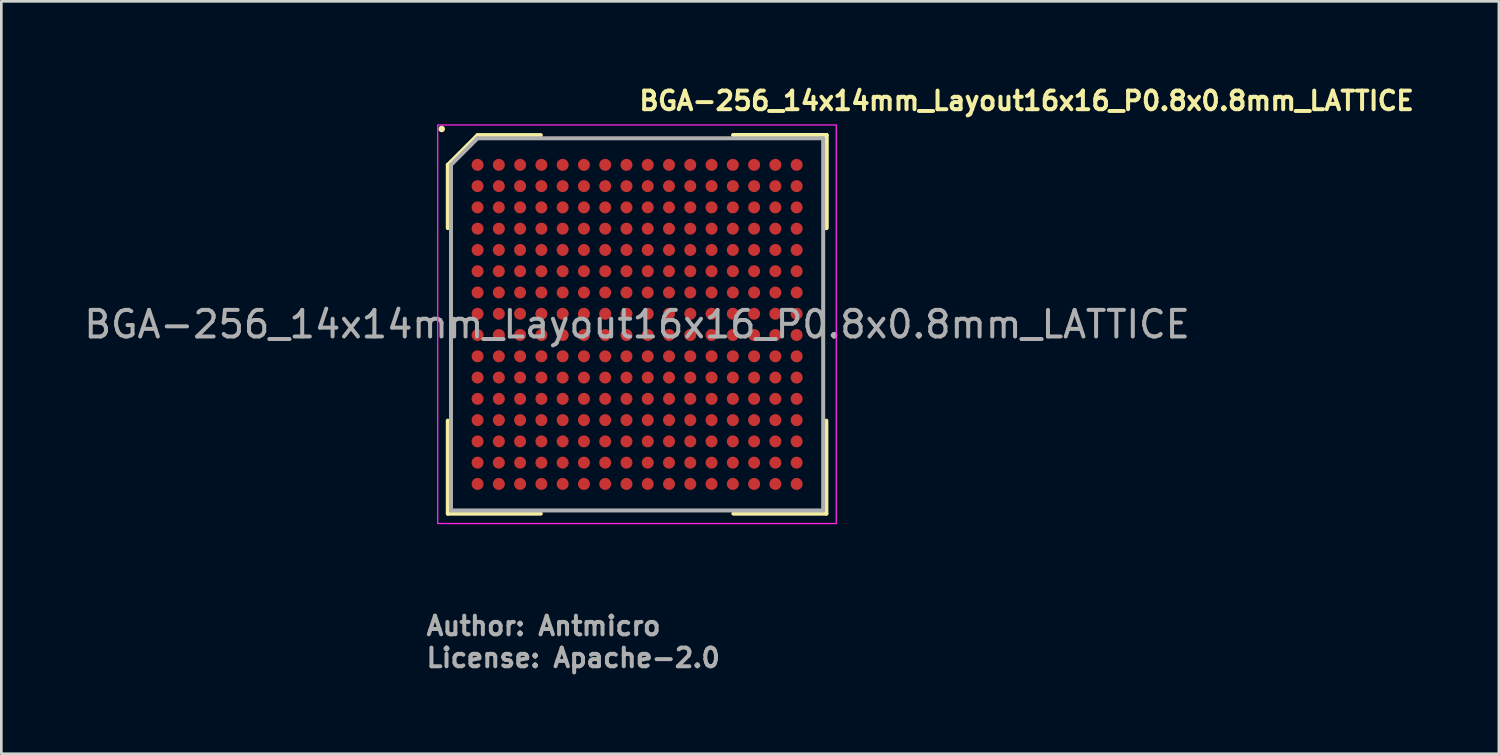
<source format=kicad_pcb>
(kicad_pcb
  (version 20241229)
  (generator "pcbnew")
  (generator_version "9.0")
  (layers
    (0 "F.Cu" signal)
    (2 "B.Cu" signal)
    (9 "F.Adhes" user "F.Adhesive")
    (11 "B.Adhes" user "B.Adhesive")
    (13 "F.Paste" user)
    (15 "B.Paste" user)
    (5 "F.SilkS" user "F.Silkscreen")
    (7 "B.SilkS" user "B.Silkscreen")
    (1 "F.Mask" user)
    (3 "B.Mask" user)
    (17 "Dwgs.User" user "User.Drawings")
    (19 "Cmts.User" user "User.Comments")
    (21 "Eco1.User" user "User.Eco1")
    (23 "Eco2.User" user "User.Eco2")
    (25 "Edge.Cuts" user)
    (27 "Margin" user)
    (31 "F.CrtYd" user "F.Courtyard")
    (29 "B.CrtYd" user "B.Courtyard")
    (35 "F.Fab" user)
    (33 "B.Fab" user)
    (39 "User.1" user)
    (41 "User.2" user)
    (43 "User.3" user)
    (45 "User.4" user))
  (footprint "BGA-256_14x14mm_Layout16x16_P0.8x0.8mm_LATTICE"
    (layer "F.Cu")
    (at 20.911 9.15)
    (property "Reference" "BGA-256_14x14mm_Layout16x16_P0.8x0.8mm_LATTICE" (at 0 -8 0) (layer "F.SilkS") (effects (font (size 0.7 0.7) (thickness 0.15)) (justify left bottom)))
    (attr smd)
    (fp_line (start -7.12 -6) (end -7.12 -3.621) (stroke (width 0.15) (type solid)) (layer "F.SilkS"))
    (fp_line (start -7.12 7.118) (end -7.12 3.62) (stroke (width 0.15) (type solid)) (layer "F.SilkS"))
    (fp_line (start -6 -7.12) (end -7.12 -6) (stroke (width 0.15) (type solid)) (layer "F.SilkS"))
    (fp_line (start -3.621 -7.12) (end -6 -7.12) (stroke (width 0.15) (type solid)) (layer "F.SilkS"))
    (fp_line (start -3.621 7.118) (end -7.12 7.118) (stroke (width 0.15) (type solid)) (layer "F.SilkS"))
    (fp_line (start 3.62 -7.12) (end 7.118 -7.12) (stroke (width 0.15) (type solid)) (layer "F.SilkS"))
    (fp_line (start 3.62 -7.12) (end 7.118 -7.12) (stroke (width 0.15) (type solid)) (layer "F.SilkS"))
    (fp_line (start 3.62 -7.12) (end 7.118 -7.12) (stroke (width 0.15) (type solid)) (layer "F.SilkS"))
    (fp_line (start 3.62 7.118) (end 7.118 7.118) (stroke (width 0.15) (type solid)) (layer "F.SilkS"))
    (fp_line (start 7.118 -7.12) (end 7.118 -3.621) (stroke (width 0.15) (type solid)) (layer "F.SilkS"))
    (fp_line (start 7.118 -7.12) (end 7.118 -3.621) (stroke (width 0.15) (type solid)) (layer "F.SilkS"))
    (fp_line (start 7.118 -7.12) (end 7.118 -3.621) (stroke (width 0.15) (type solid)) (layer "F.SilkS"))
    (fp_line (start 7.118 7.118) (end 7.118 3.62) (stroke (width 0.15) (type solid)) (layer "F.SilkS"))
    (fp_circle (center -7.35 -7.35) (end -7.301 -7.35) (stroke (width 0.15) (type solid)) (fill yes) (layer "F.SilkS"))
    (fp_rect (start -7.5 -7.5) (end 7.49 7.49) (stroke (width 0.05) (type solid)) (fill no) (layer "F.CrtYd"))
    (fp_line (start -7 -6) (end -7 6.998) (stroke (width 0.15) (type solid)) (layer "F.Fab"))
    (fp_line (start -7 6.998) (end 6.998 6.998) (stroke (width 0.15) (type solid)) (layer "F.Fab"))
    (fp_line (start -6 -7) (end -7 -6) (stroke (width 0.15) (type solid)) (layer "F.Fab"))
    (fp_line (start 6.998 -7) (end -6 -7) (stroke (width 0.15) (type solid)) (layer "F.Fab"))
    (fp_line (start 6.998 6.998) (end 6.998 -7) (stroke (width 0.15) (type solid)) (layer "F.Fab"))
    (fp_rect (start -7 -7) (end 6.998 6.998) (stroke (width 0.1) (type solid)) (fill no) (layer "User.5"))
    (fp_rect (start -7 -7) (end 6.999 6.999) (stroke (width 0.1) (type solid)) (fill no) (layer "User.5"))
    (fp_rect (start -7 -7) (end 6.999 6.999) (stroke (width 0.1) (type solid)) (fill no) (layer "User.5"))
    (fp_line (start -7 -7) (end -7 6.998) (stroke (width 0.02) (type solid)) (layer "User.9"))
    (fp_line (start -7 -7) (end -7 6.999) (stroke (width 0.02) (type solid)) (layer "User.9"))
    (fp_line (start -7 6.998) (end 6.998 6.998) (stroke (width 0.02) (type solid)) (layer "User.9"))
    (fp_line (start -7 6.999) (end 6.999 6.999) (stroke (width 0.02) (type solid)) (layer "User.9"))
    (fp_line (start 6.998 -7) (end -7 -7) (stroke (width 0.02) (type solid)) (layer "User.9"))
    (fp_line (start 6.998 6.998) (end 6.998 -7) (stroke (width 0.02) (type solid)) (layer "User.9"))
    (fp_line (start 6.999 -7) (end -7 -7) (stroke (width 0.02) (type solid)) (layer "User.9"))
    (fp_line (start 6.999 6.999) (end 6.999 -7) (stroke (width 0.02) (type solid)) (layer "User.9"))
    (fp_text user "${REFERENCE}" (at 0 0 0) (layer "F.Fab") (effects (font (size 1 1) (thickness 0.15))))
    (fp_text user "Author: Antmicro" (at -8 11.749 0) (layer "F.Fab") (effects (font (size 0.7 0.7) (thickness 0.15)) (justify left bottom)))
    (fp_text user "License: Apache-2.0" (at -8 12.95 0) (layer "F.Fab") (effects (font (size 0.7 0.7) (thickness 0.15)) (justify left bottom)))
    (pad "A1" smd circle (at -6 -6) (size 0.45 0.45) (layers "F.Cu" "F.Mask" "F.Paste"))
    (pad "A2" smd circle (at -5.2 -6) (size 0.45 0.45) (layers "F.Cu" "F.Mask" "F.Paste"))
    (pad "A3" smd circle (at -4.4 -6) (size 0.45 0.45) (layers "F.Cu" "F.Mask" "F.Paste"))
    (pad "A4" smd circle (at -3.6 -6) (size 0.45 0.45) (layers "F.Cu" "F.Mask" "F.Paste"))
    (pad "A5" smd circle (at -2.8 -6) (size 0.45 0.45) (layers "F.Cu" "F.Mask" "F.Paste"))
    (pad "A6" smd circle (at -2 -6) (size 0.45 0.45) (layers "F.Cu" "F.Mask" "F.Paste"))
    (pad "A7" smd circle (at -1.2 -6) (size 0.45 0.45) (layers "F.Cu" "F.Mask" "F.Paste"))
    (pad "A8" smd circle (at -0.4 -6) (size 0.45 0.45) (layers "F.Cu" "F.Mask" "F.Paste"))
    (pad "A9" smd circle (at 0.4 -6) (size 0.45 0.45) (layers "F.Cu" "F.Mask" "F.Paste"))
    (pad "A10" smd circle (at 1.2 -6) (size 0.45 0.45) (layers "F.Cu" "F.Mask" "F.Paste"))
    (pad "A11" smd circle (at 2 -6) (size 0.45 0.45) (layers "F.Cu" "F.Mask" "F.Paste"))
    (pad "A12" smd circle (at 2.8 -6) (size 0.45 0.45) (layers "F.Cu" "F.Mask" "F.Paste"))
    (pad "A13" smd circle (at 3.6 -6) (size 0.45 0.45) (layers "F.Cu" "F.Mask" "F.Paste"))
    (pad "A14" smd circle (at 4.4 -6) (size 0.45 0.45) (layers "F.Cu" "F.Mask" "F.Paste"))
    (pad "A15" smd circle (at 5.2 -6) (size 0.45 0.45) (layers "F.Cu" "F.Mask" "F.Paste"))
    (pad "A16" smd circle (at 6 -6) (size 0.45 0.45) (layers "F.Cu" "F.Mask" "F.Paste"))
    (pad "B1" smd circle (at -6 -5.2) (size 0.45 0.45) (layers "F.Cu" "F.Mask" "F.Paste"))
    (pad "B2" smd circle (at -5.2 -5.2) (size 0.45 0.45) (layers "F.Cu" "F.Mask" "F.Paste"))
    (pad "B3" smd circle (at -4.4 -5.2) (size 0.45 0.45) (layers "F.Cu" "F.Mask" "F.Paste"))
    (pad "B4" smd circle (at -3.6 -5.2) (size 0.45 0.45) (layers "F.Cu" "F.Mask" "F.Paste"))
    (pad "B5" smd circle (at -2.8 -5.2) (size 0.45 0.45) (layers "F.Cu" "F.Mask" "F.Paste"))
    (pad "B6" smd circle (at -2 -5.2) (size 0.45 0.45) (layers "F.Cu" "F.Mask" "F.Paste"))
    (pad "B7" smd circle (at -1.2 -5.2) (size 0.45 0.45) (layers "F.Cu" "F.Mask" "F.Paste"))
    (pad "B8" smd circle (at -0.4 -5.2) (size 0.45 0.45) (layers "F.Cu" "F.Mask" "F.Paste"))
    (pad "B9" smd circle (at 0.4 -5.2) (size 0.45 0.45) (layers "F.Cu" "F.Mask" "F.Paste"))
    (pad "B10" smd circle (at 1.2 -5.2) (size 0.45 0.45) (layers "F.Cu" "F.Mask" "F.Paste"))
    (pad "B11" smd circle (at 2 -5.2) (size 0.45 0.45) (layers "F.Cu" "F.Mask" "F.Paste"))
    (pad "B12" smd circle (at 2.8 -5.2) (size 0.45 0.45) (layers "F.Cu" "F.Mask" "F.Paste"))
    (pad "B13" smd circle (at 3.6 -5.2) (size 0.45 0.45) (layers "F.Cu" "F.Mask" "F.Paste"))
    (pad "B14" smd circle (at 4.4 -5.2) (size 0.45 0.45) (layers "F.Cu" "F.Mask" "F.Paste"))
    (pad "B15" smd circle (at 5.2 -5.2) (size 0.45 0.45) (layers "F.Cu" "F.Mask" "F.Paste"))
    (pad "B16" smd circle (at 6 -5.2) (size 0.45 0.45) (layers "F.Cu" "F.Mask" "F.Paste"))
    (pad "C1" smd circle (at -6 -4.4) (size 0.45 0.45) (layers "F.Cu" "F.Mask" "F.Paste"))
    (pad "C2" smd circle (at -5.2 -4.4) (size 0.45 0.45) (layers "F.Cu" "F.Mask" "F.Paste"))
    (pad "C3" smd circle (at -4.4 -4.4) (size 0.45 0.45) (layers "F.Cu" "F.Mask" "F.Paste"))
    (pad "C4" smd circle (at -3.6 -4.4) (size 0.45 0.45) (layers "F.Cu" "F.Mask" "F.Paste"))
    (pad "C5" smd circle (at -2.8 -4.4) (size 0.45 0.45) (layers "F.Cu" "F.Mask" "F.Paste"))
    (pad "C6" smd circle (at -2 -4.4) (size 0.45 0.45) (layers "F.Cu" "F.Mask" "F.Paste"))
    (pad "C7" smd circle (at -1.2 -4.4) (size 0.45 0.45) (layers "F.Cu" "F.Mask" "F.Paste"))
    (pad "C8" smd circle (at -0.4 -4.4) (size 0.45 0.45) (layers "F.Cu" "F.Mask" "F.Paste"))
    (pad "C9" smd circle (at 0.4 -4.4) (size 0.45 0.45) (layers "F.Cu" "F.Mask" "F.Paste"))
    (pad "C10" smd circle (at 1.2 -4.4) (size 0.45 0.45) (layers "F.Cu" "F.Mask" "F.Paste"))
    (pad "C11" smd circle (at 2 -4.4) (size 0.45 0.45) (layers "F.Cu" "F.Mask" "F.Paste"))
    (pad "C12" smd circle (at 2.8 -4.4) (size 0.45 0.45) (layers "F.Cu" "F.Mask" "F.Paste"))
    (pad "C13" smd circle (at 3.6 -4.4) (size 0.45 0.45) (layers "F.Cu" "F.Mask" "F.Paste"))
    (pad "C14" smd circle (at 4.4 -4.4) (size 0.45 0.45) (layers "F.Cu" "F.Mask" "F.Paste"))
    (pad "C15" smd circle (at 5.2 -4.4) (size 0.45 0.45) (layers "F.Cu" "F.Mask" "F.Paste"))
    (pad "C16" smd circle (at 6 -4.4) (size 0.45 0.45) (layers "F.Cu" "F.Mask" "F.Paste"))
    (pad "D1" smd circle (at -6 -3.6) (size 0.45 0.45) (layers "F.Cu" "F.Mask" "F.Paste"))
    (pad "D2" smd circle (at -5.2 -3.6) (size 0.45 0.45) (layers "F.Cu" "F.Mask" "F.Paste"))
    (pad "D3" smd circle (at -4.4 -3.6) (size 0.45 0.45) (layers "F.Cu" "F.Mask" "F.Paste"))
    (pad "D4" smd circle (at -3.6 -3.6) (size 0.45 0.45) (layers "F.Cu" "F.Mask" "F.Paste"))
    (pad "D5" smd circle (at -2.8 -3.6) (size 0.45 0.45) (layers "F.Cu" "F.Mask" "F.Paste"))
    (pad "D6" smd circle (at -2 -3.6) (size 0.45 0.45) (layers "F.Cu" "F.Mask" "F.Paste"))
    (pad "D7" smd circle (at -1.2 -3.6) (size 0.45 0.45) (layers "F.Cu" "F.Mask" "F.Paste"))
    (pad "D8" smd circle (at -0.4 -3.6) (size 0.45 0.45) (layers "F.Cu" "F.Mask" "F.Paste"))
    (pad "D9" smd circle (at 0.4 -3.6) (size 0.45 0.45) (layers "F.Cu" "F.Mask" "F.Paste"))
    (pad "D10" smd circle (at 1.2 -3.6) (size 0.45 0.45) (layers "F.Cu" "F.Mask" "F.Paste"))
    (pad "D11" smd circle (at 2 -3.6) (size 0.45 0.45) (layers "F.Cu" "F.Mask" "F.Paste"))
    (pad "D12" smd circle (at 2.8 -3.6) (size 0.45 0.45) (layers "F.Cu" "F.Mask" "F.Paste"))
    (pad "D13" smd circle (at 3.6 -3.6) (size 0.45 0.45) (layers "F.Cu" "F.Mask" "F.Paste"))
    (pad "D14" smd circle (at 4.4 -3.6) (size 0.45 0.45) (layers "F.Cu" "F.Mask" "F.Paste"))
    (pad "D15" smd circle (at 5.2 -3.6) (size 0.45 0.45) (layers "F.Cu" "F.Mask" "F.Paste"))
    (pad "D16" smd circle (at 6 -3.6) (size 0.45 0.45) (layers "F.Cu" "F.Mask" "F.Paste"))
    (pad "E1" smd circle (at -6 -2.8) (size 0.45 0.45) (layers "F.Cu" "F.Mask" "F.Paste"))
    (pad "E2" smd circle (at -5.2 -2.8) (size 0.45 0.45) (layers "F.Cu" "F.Mask" "F.Paste"))
    (pad "E3" smd circle (at -4.4 -2.8) (size 0.45 0.45) (layers "F.Cu" "F.Mask" "F.Paste"))
    (pad "E4" smd circle (at -3.6 -2.8) (size 0.45 0.45) (layers "F.Cu" "F.Mask" "F.Paste"))
    (pad "E5" smd circle (at -2.8 -2.8) (size 0.45 0.45) (layers "F.Cu" "F.Mask" "F.Paste"))
    (pad "E6" smd circle (at -2 -2.8) (size 0.45 0.45) (layers "F.Cu" "F.Mask" "F.Paste"))
    (pad "E7" smd circle (at -1.2 -2.8) (size 0.45 0.45) (layers "F.Cu" "F.Mask" "F.Paste"))
    (pad "E8" smd circle (at -0.4 -2.8) (size 0.45 0.45) (layers "F.Cu" "F.Mask" "F.Paste"))
    (pad "E9" smd circle (at 0.4 -2.8) (size 0.45 0.45) (layers "F.Cu" "F.Mask" "F.Paste"))
    (pad "E10" smd circle (at 1.2 -2.8) (size 0.45 0.45) (layers "F.Cu" "F.Mask" "F.Paste"))
    (pad "E11" smd circle (at 2 -2.8) (size 0.45 0.45) (layers "F.Cu" "F.Mask" "F.Paste"))
    (pad "E12" smd circle (at 2.8 -2.8) (size 0.45 0.45) (layers "F.Cu" "F.Mask" "F.Paste"))
    (pad "E13" smd circle (at 3.6 -2.8) (size 0.45 0.45) (layers "F.Cu" "F.Mask" "F.Paste"))
    (pad "E14" smd circle (at 4.4 -2.8) (size 0.45 0.45) (layers "F.Cu" "F.Mask" "F.Paste"))
    (pad "E15" smd circle (at 5.2 -2.8) (size 0.45 0.45) (layers "F.Cu" "F.Mask" "F.Paste"))
    (pad "E16" smd circle (at 6 -2.8) (size 0.45 0.45) (layers "F.Cu" "F.Mask" "F.Paste"))
    (pad "F1" smd circle (at -6 -2) (size 0.45 0.45) (layers "F.Cu" "F.Mask" "F.Paste"))
    (pad "F2" smd circle (at -5.2 -2) (size 0.45 0.45) (layers "F.Cu" "F.Mask" "F.Paste"))
    (pad "F3" smd circle (at -4.4 -2) (size 0.45 0.45) (layers "F.Cu" "F.Mask" "F.Paste"))
    (pad "F4" smd circle (at -3.6 -2) (size 0.45 0.45) (layers "F.Cu" "F.Mask" "F.Paste"))
    (pad "F5" smd circle (at -2.8 -2) (size 0.45 0.45) (layers "F.Cu" "F.Mask" "F.Paste"))
    (pad "F6" smd circle (at -2 -2) (size 0.45 0.45) (layers "F.Cu" "F.Mask" "F.Paste"))
    (pad "F7" smd circle (at -1.2 -2) (size 0.45 0.45) (layers "F.Cu" "F.Mask" "F.Paste"))
    (pad "F8" smd circle (at -0.4 -2) (size 0.45 0.45) (layers "F.Cu" "F.Mask" "F.Paste"))
    (pad "F9" smd circle (at 0.4 -2) (size 0.45 0.45) (layers "F.Cu" "F.Mask" "F.Paste"))
    (pad "F10" smd circle (at 1.2 -2) (size 0.45 0.45) (layers "F.Cu" "F.Mask" "F.Paste"))
    (pad "F11" smd circle (at 2 -2) (size 0.45 0.45) (layers "F.Cu" "F.Mask" "F.Paste"))
    (pad "F12" smd circle (at 2.8 -2) (size 0.45 0.45) (layers "F.Cu" "F.Mask" "F.Paste"))
    (pad "F13" smd circle (at 3.6 -2) (size 0.45 0.45) (layers "F.Cu" "F.Mask" "F.Paste"))
    (pad "F14" smd circle (at 4.4 -2) (size 0.45 0.45) (layers "F.Cu" "F.Mask" "F.Paste"))
    (pad "F15" smd circle (at 5.2 -2) (size 0.45 0.45) (layers "F.Cu" "F.Mask" "F.Paste"))
    (pad "F16" smd circle (at 6 -2) (size 0.45 0.45) (layers "F.Cu" "F.Mask" "F.Paste"))
    (pad "G1" smd circle (at -6 -1.2) (size 0.45 0.45) (layers "F.Cu" "F.Mask" "F.Paste"))
    (pad "G2" smd circle (at -5.2 -1.2) (size 0.45 0.45) (layers "F.Cu" "F.Mask" "F.Paste"))
    (pad "G3" smd circle (at -4.4 -1.2) (size 0.45 0.45) (layers "F.Cu" "F.Mask" "F.Paste"))
    (pad "G4" smd circle (at -3.6 -1.2) (size 0.45 0.45) (layers "F.Cu" "F.Mask" "F.Paste"))
    (pad "G5" smd circle (at -2.8 -1.2) (size 0.45 0.45) (layers "F.Cu" "F.Mask" "F.Paste"))
    (pad "G6" smd circle (at -2 -1.2) (size 0.45 0.45) (layers "F.Cu" "F.Mask" "F.Paste"))
    (pad "G7" smd circle (at -1.2 -1.2) (size 0.45 0.45) (layers "F.Cu" "F.Mask" "F.Paste"))
    (pad "G8" smd circle (at -0.4 -1.2) (size 0.45 0.45) (layers "F.Cu" "F.Mask" "F.Paste"))
    (pad "G9" smd circle (at 0.4 -1.2) (size 0.45 0.45) (layers "F.Cu" "F.Mask" "F.Paste"))
    (pad "G10" smd circle (at 1.2 -1.2) (size 0.45 0.45) (layers "F.Cu" "F.Mask" "F.Paste"))
    (pad "G11" smd circle (at 2 -1.2) (size 0.45 0.45) (layers "F.Cu" "F.Mask" "F.Paste"))
    (pad "G12" smd circle (at 2.8 -1.2) (size 0.45 0.45) (layers "F.Cu" "F.Mask" "F.Paste"))
    (pad "G13" smd circle (at 3.6 -1.2) (size 0.45 0.45) (layers "F.Cu" "F.Mask" "F.Paste"))
    (pad "G14" smd circle (at 4.4 -1.2) (size 0.45 0.45) (layers "F.Cu" "F.Mask" "F.Paste"))
    (pad "G15" smd circle (at 5.2 -1.2) (size 0.45 0.45) (layers "F.Cu" "F.Mask" "F.Paste"))
    (pad "G16" smd circle (at 6 -1.2) (size 0.45 0.45) (layers "F.Cu" "F.Mask" "F.Paste"))
    (pad "H1" smd circle (at -6 -0.4) (size 0.45 0.45) (layers "F.Cu" "F.Mask" "F.Paste"))
    (pad "H2" smd circle (at -5.2 -0.4) (size 0.45 0.45) (layers "F.Cu" "F.Mask" "F.Paste"))
    (pad "H3" smd circle (at -4.4 -0.4) (size 0.45 0.45) (layers "F.Cu" "F.Mask" "F.Paste"))
    (pad "H4" smd circle (at -3.6 -0.4) (size 0.45 0.45) (layers "F.Cu" "F.Mask" "F.Paste"))
    (pad "H5" smd circle (at -2.8 -0.4) (size 0.45 0.45) (layers "F.Cu" "F.Mask" "F.Paste"))
    (pad "H6" smd circle (at -2 -0.4) (size 0.45 0.45) (layers "F.Cu" "F.Mask" "F.Paste"))
    (pad "H7" smd circle (at -1.2 -0.4) (size 0.45 0.45) (layers "F.Cu" "F.Mask" "F.Paste"))
    (pad "H8" smd circle (at -0.4 -0.4) (size 0.45 0.45) (layers "F.Cu" "F.Mask" "F.Paste"))
    (pad "H9" smd circle (at 0.4 -0.4) (size 0.45 0.45) (layers "F.Cu" "F.Mask" "F.Paste"))
    (pad "H10" smd circle (at 1.2 -0.4) (size 0.45 0.45) (layers "F.Cu" "F.Mask" "F.Paste"))
    (pad "H11" smd circle (at 2 -0.4) (size 0.45 0.45) (layers "F.Cu" "F.Mask" "F.Paste"))
    (pad "H12" smd circle (at 2.8 -0.4) (size 0.45 0.45) (layers "F.Cu" "F.Mask" "F.Paste"))
    (pad "H13" smd circle (at 3.6 -0.4) (size 0.45 0.45) (layers "F.Cu" "F.Mask" "F.Paste"))
    (pad "H14" smd circle (at 4.4 -0.4) (size 0.45 0.45) (layers "F.Cu" "F.Mask" "F.Paste"))
    (pad "H15" smd circle (at 5.2 -0.4) (size 0.45 0.45) (layers "F.Cu" "F.Mask" "F.Paste"))
    (pad "H16" smd circle (at 6 -0.4) (size 0.45 0.45) (layers "F.Cu" "F.Mask" "F.Paste"))
    (pad "J1" smd circle (at -6 0.4) (size 0.45 0.45) (layers "F.Cu" "F.Mask" "F.Paste"))
    (pad "J2" smd circle (at -5.2 0.4) (size 0.45 0.45) (layers "F.Cu" "F.Mask" "F.Paste"))
    (pad "J3" smd circle (at -4.4 0.4) (size 0.45 0.45) (layers "F.Cu" "F.Mask" "F.Paste"))
    (pad "J4" smd circle (at -3.6 0.4) (size 0.45 0.45) (layers "F.Cu" "F.Mask" "F.Paste"))
    (pad "J5" smd circle (at -2.8 0.4) (size 0.45 0.45) (layers "F.Cu" "F.Mask" "F.Paste"))
    (pad "J6" smd circle (at -2 0.4) (size 0.45 0.45) (layers "F.Cu" "F.Mask" "F.Paste"))
    (pad "J7" smd circle (at -1.2 0.4) (size 0.45 0.45) (layers "F.Cu" "F.Mask" "F.Paste"))
    (pad "J8" smd circle (at -0.4 0.4) (size 0.45 0.45) (layers "F.Cu" "F.Mask" "F.Paste"))
    (pad "J9" smd circle (at 0.4 0.4) (size 0.45 0.45) (layers "F.Cu" "F.Mask" "F.Paste"))
    (pad "J10" smd circle (at 1.2 0.4) (size 0.45 0.45) (layers "F.Cu" "F.Mask" "F.Paste"))
    (pad "J11" smd circle (at 2 0.4) (size 0.45 0.45) (layers "F.Cu" "F.Mask" "F.Paste"))
    (pad "J12" smd circle (at 2.8 0.4) (size 0.45 0.45) (layers "F.Cu" "F.Mask" "F.Paste"))
    (pad "J13" smd circle (at 3.6 0.4) (size 0.45 0.45) (layers "F.Cu" "F.Mask" "F.Paste"))
    (pad "J14" smd circle (at 4.4 0.4) (size 0.45 0.45) (layers "F.Cu" "F.Mask" "F.Paste"))
    (pad "J15" smd circle (at 5.2 0.4) (size 0.45 0.45) (layers "F.Cu" "F.Mask" "F.Paste"))
    (pad "J16" smd circle (at 6 0.4) (size 0.45 0.45) (layers "F.Cu" "F.Mask" "F.Paste"))
    (pad "K1" smd circle (at -6 1.2) (size 0.45 0.45) (layers "F.Cu" "F.Mask" "F.Paste"))
    (pad "K2" smd circle (at -5.2 1.2) (size 0.45 0.45) (layers "F.Cu" "F.Mask" "F.Paste"))
    (pad "K3" smd circle (at -4.4 1.2) (size 0.45 0.45) (layers "F.Cu" "F.Mask" "F.Paste"))
    (pad "K4" smd circle (at -3.6 1.2) (size 0.45 0.45) (layers "F.Cu" "F.Mask" "F.Paste"))
    (pad "K5" smd circle (at -2.8 1.2) (size 0.45 0.45) (layers "F.Cu" "F.Mask" "F.Paste"))
    (pad "K6" smd circle (at -2 1.2) (size 0.45 0.45) (layers "F.Cu" "F.Mask" "F.Paste"))
    (pad "K7" smd circle (at -1.2 1.2) (size 0.45 0.45) (layers "F.Cu" "F.Mask" "F.Paste"))
    (pad "K8" smd circle (at -0.4 1.2) (size 0.45 0.45) (layers "F.Cu" "F.Mask" "F.Paste"))
    (pad "K9" smd circle (at 0.4 1.2) (size 0.45 0.45) (layers "F.Cu" "F.Mask" "F.Paste"))
    (pad "K10" smd circle (at 1.2 1.2) (size 0.45 0.45) (layers "F.Cu" "F.Mask" "F.Paste"))
    (pad "K11" smd circle (at 2 1.2) (size 0.45 0.45) (layers "F.Cu" "F.Mask" "F.Paste"))
    (pad "K12" smd circle (at 2.8 1.2) (size 0.45 0.45) (layers "F.Cu" "F.Mask" "F.Paste"))
    (pad "K13" smd circle (at 3.6 1.2) (size 0.45 0.45) (layers "F.Cu" "F.Mask" "F.Paste"))
    (pad "K14" smd circle (at 4.4 1.2) (size 0.45 0.45) (layers "F.Cu" "F.Mask" "F.Paste"))
    (pad "K15" smd circle (at 5.2 1.2) (size 0.45 0.45) (layers "F.Cu" "F.Mask" "F.Paste"))
    (pad "K16" smd circle (at 6 1.2) (size 0.45 0.45) (layers "F.Cu" "F.Mask" "F.Paste"))
    (pad "L1" smd circle (at -6 2) (size 0.45 0.45) (layers "F.Cu" "F.Mask" "F.Paste"))
    (pad "L2" smd circle (at -5.2 2) (size 0.45 0.45) (layers "F.Cu" "F.Mask" "F.Paste"))
    (pad "L3" smd circle (at -4.4 2) (size 0.45 0.45) (layers "F.Cu" "F.Mask" "F.Paste"))
    (pad "L4" smd circle (at -3.6 2) (size 0.45 0.45) (layers "F.Cu" "F.Mask" "F.Paste"))
    (pad "L5" smd circle (at -2.8 2) (size 0.45 0.45) (layers "F.Cu" "F.Mask" "F.Paste"))
    (pad "L6" smd circle (at -2 2) (size 0.45 0.45) (layers "F.Cu" "F.Mask" "F.Paste"))
    (pad "L7" smd circle (at -1.2 2) (size 0.45 0.45) (layers "F.Cu" "F.Mask" "F.Paste"))
    (pad "L8" smd circle (at -0.4 2) (size 0.45 0.45) (layers "F.Cu" "F.Mask" "F.Paste"))
    (pad "L9" smd circle (at 0.4 2) (size 0.45 0.45) (layers "F.Cu" "F.Mask" "F.Paste"))
    (pad "L10" smd circle (at 1.2 2) (size 0.45 0.45) (layers "F.Cu" "F.Mask" "F.Paste"))
    (pad "L11" smd circle (at 2 2) (size 0.45 0.45) (layers "F.Cu" "F.Mask" "F.Paste"))
    (pad "L12" smd circle (at 2.8 2) (size 0.45 0.45) (layers "F.Cu" "F.Mask" "F.Paste"))
    (pad "L13" smd circle (at 3.6 2) (size 0.45 0.45) (layers "F.Cu" "F.Mask" "F.Paste"))
    (pad "L14" smd circle (at 4.4 2) (size 0.45 0.45) (layers "F.Cu" "F.Mask" "F.Paste"))
    (pad "L15" smd circle (at 5.2 2) (size 0.45 0.45) (layers "F.Cu" "F.Mask" "F.Paste"))
    (pad "L16" smd circle (at 6 2) (size 0.45 0.45) (layers "F.Cu" "F.Mask" "F.Paste"))
    (pad "M1" smd circle (at -6 2.8) (size 0.45 0.45) (layers "F.Cu" "F.Mask" "F.Paste"))
    (pad "M2" smd circle (at -5.2 2.8) (size 0.45 0.45) (layers "F.Cu" "F.Mask" "F.Paste"))
    (pad "M3" smd circle (at -4.4 2.8) (size 0.45 0.45) (layers "F.Cu" "F.Mask" "F.Paste"))
    (pad "M4" smd circle (at -3.6 2.8) (size 0.45 0.45) (layers "F.Cu" "F.Mask" "F.Paste"))
    (pad "M5" smd circle (at -2.8 2.8) (size 0.45 0.45) (layers "F.Cu" "F.Mask" "F.Paste"))
    (pad "M6" smd circle (at -2 2.8) (size 0.45 0.45) (layers "F.Cu" "F.Mask" "F.Paste"))
    (pad "M7" smd circle (at -1.2 2.8) (size 0.45 0.45) (layers "F.Cu" "F.Mask" "F.Paste"))
    (pad "M8" smd circle (at -0.4 2.8) (size 0.45 0.45) (layers "F.Cu" "F.Mask" "F.Paste"))
    (pad "M9" smd circle (at 0.4 2.8) (size 0.45 0.45) (layers "F.Cu" "F.Mask" "F.Paste"))
    (pad "M10" smd circle (at 1.2 2.8) (size 0.45 0.45) (layers "F.Cu" "F.Mask" "F.Paste"))
    (pad "M11" smd circle (at 2 2.8) (size 0.45 0.45) (layers "F.Cu" "F.Mask" "F.Paste"))
    (pad "M12" smd circle (at 2.8 2.8) (size 0.45 0.45) (layers "F.Cu" "F.Mask" "F.Paste"))
    (pad "M13" smd circle (at 3.6 2.8) (size 0.45 0.45) (layers "F.Cu" "F.Mask" "F.Paste"))
    (pad "M14" smd circle (at 4.4 2.8) (size 0.45 0.45) (layers "F.Cu" "F.Mask" "F.Paste"))
    (pad "M15" smd circle (at 5.2 2.8) (size 0.45 0.45) (layers "F.Cu" "F.Mask" "F.Paste"))
    (pad "M16" smd circle (at 6 2.8) (size 0.45 0.45) (layers "F.Cu" "F.Mask" "F.Paste"))
    (pad "N1" smd circle (at -6 3.6) (size 0.45 0.45) (layers "F.Cu" "F.Mask" "F.Paste"))
    (pad "N2" smd circle (at -5.2 3.6) (size 0.45 0.45) (layers "F.Cu" "F.Mask" "F.Paste"))
    (pad "N3" smd circle (at -4.4 3.6) (size 0.45 0.45) (layers "F.Cu" "F.Mask" "F.Paste"))
    (pad "N4" smd circle (at -3.6 3.6) (size 0.45 0.45) (layers "F.Cu" "F.Mask" "F.Paste"))
    (pad "N5" smd circle (at -2.8 3.6) (size 0.45 0.45) (layers "F.Cu" "F.Mask" "F.Paste"))
    (pad "N6" smd circle (at -2 3.6) (size 0.45 0.45) (layers "F.Cu" "F.Mask" "F.Paste"))
    (pad "N7" smd circle (at -1.2 3.6) (size 0.45 0.45) (layers "F.Cu" "F.Mask" "F.Paste"))
    (pad "N8" smd circle (at -0.4 3.6) (size 0.45 0.45) (layers "F.Cu" "F.Mask" "F.Paste"))
    (pad "N9" smd circle (at 0.4 3.6) (size 0.45 0.45) (layers "F.Cu" "F.Mask" "F.Paste"))
    (pad "N10" smd circle (at 1.2 3.6) (size 0.45 0.45) (layers "F.Cu" "F.Mask" "F.Paste"))
    (pad "N11" smd circle (at 2 3.6) (size 0.45 0.45) (layers "F.Cu" "F.Mask" "F.Paste"))
    (pad "N12" smd circle (at 2.8 3.6) (size 0.45 0.45) (layers "F.Cu" "F.Mask" "F.Paste"))
    (pad "N13" smd circle (at 3.6 3.6) (size 0.45 0.45) (layers "F.Cu" "F.Mask" "F.Paste"))
    (pad "N14" smd circle (at 4.4 3.6) (size 0.45 0.45) (layers "F.Cu" "F.Mask" "F.Paste"))
    (pad "N15" smd circle (at 5.2 3.6) (size 0.45 0.45) (layers "F.Cu" "F.Mask" "F.Paste"))
    (pad "N16" smd circle (at 6 3.6) (size 0.45 0.45) (layers "F.Cu" "F.Mask" "F.Paste"))
    (pad "P1" smd circle (at -6 4.4) (size 0.45 0.45) (layers "F.Cu" "F.Mask" "F.Paste"))
    (pad "P2" smd circle (at -5.2 4.4) (size 0.45 0.45) (layers "F.Cu" "F.Mask" "F.Paste"))
    (pad "P3" smd circle (at -4.4 4.4) (size 0.45 0.45) (layers "F.Cu" "F.Mask" "F.Paste"))
    (pad "P4" smd circle (at -3.6 4.4) (size 0.45 0.45) (layers "F.Cu" "F.Mask" "F.Paste"))
    (pad "P5" smd circle (at -2.8 4.4) (size 0.45 0.45) (layers "F.Cu" "F.Mask" "F.Paste"))
    (pad "P6" smd circle (at -2 4.4) (size 0.45 0.45) (layers "F.Cu" "F.Mask" "F.Paste"))
    (pad "P7" smd circle (at -1.2 4.4) (size 0.45 0.45) (layers "F.Cu" "F.Mask" "F.Paste"))
    (pad "P8" smd circle (at -0.4 4.4) (size 0.45 0.45) (layers "F.Cu" "F.Mask" "F.Paste"))
    (pad "P9" smd circle (at 0.4 4.4) (size 0.45 0.45) (layers "F.Cu" "F.Mask" "F.Paste"))
    (pad "P10" smd circle (at 1.2 4.4) (size 0.45 0.45) (layers "F.Cu" "F.Mask" "F.Paste"))
    (pad "P11" smd circle (at 2 4.4) (size 0.45 0.45) (layers "F.Cu" "F.Mask" "F.Paste"))
    (pad "P12" smd circle (at 2.8 4.4) (size 0.45 0.45) (layers "F.Cu" "F.Mask" "F.Paste"))
    (pad "P13" smd circle (at 3.6 4.4) (size 0.45 0.45) (layers "F.Cu" "F.Mask" "F.Paste"))
    (pad "P14" smd circle (at 4.4 4.4) (size 0.45 0.45) (layers "F.Cu" "F.Mask" "F.Paste"))
    (pad "P15" smd circle (at 5.2 4.4) (size 0.45 0.45) (layers "F.Cu" "F.Mask" "F.Paste"))
    (pad "P16" smd circle (at 6 4.4) (size 0.45 0.45) (layers "F.Cu" "F.Mask" "F.Paste"))
    (pad "R1" smd circle (at -6 5.2) (size 0.45 0.45) (layers "F.Cu" "F.Mask" "F.Paste"))
    (pad "R2" smd circle (at -5.2 5.2) (size 0.45 0.45) (layers "F.Cu" "F.Mask" "F.Paste"))
    (pad "R3" smd circle (at -4.4 5.2) (size 0.45 0.45) (layers "F.Cu" "F.Mask" "F.Paste"))
    (pad "R4" smd circle (at -3.6 5.2) (size 0.45 0.45) (layers "F.Cu" "F.Mask" "F.Paste"))
    (pad "R5" smd circle (at -2.8 5.2) (size 0.45 0.45) (layers "F.Cu" "F.Mask" "F.Paste"))
    (pad "R6" smd circle (at -2 5.2) (size 0.45 0.45) (layers "F.Cu" "F.Mask" "F.Paste"))
    (pad "R7" smd circle (at -1.2 5.2) (size 0.45 0.45) (layers "F.Cu" "F.Mask" "F.Paste"))
    (pad "R8" smd circle (at -0.4 5.2) (size 0.45 0.45) (layers "F.Cu" "F.Mask" "F.Paste"))
    (pad "R9" smd circle (at 0.4 5.2) (size 0.45 0.45) (layers "F.Cu" "F.Mask" "F.Paste"))
    (pad "R10" smd circle (at 1.2 5.2) (size 0.45 0.45) (layers "F.Cu" "F.Mask" "F.Paste"))
    (pad "R11" smd circle (at 2 5.2) (size 0.45 0.45) (layers "F.Cu" "F.Mask" "F.Paste"))
    (pad "R12" smd circle (at 2.8 5.2) (size 0.45 0.45) (layers "F.Cu" "F.Mask" "F.Paste"))
    (pad "R13" smd circle (at 3.6 5.2) (size 0.45 0.45) (layers "F.Cu" "F.Mask" "F.Paste"))
    (pad "R14" smd circle (at 4.4 5.2) (size 0.45 0.45) (layers "F.Cu" "F.Mask" "F.Paste"))
    (pad "R15" smd circle (at 5.2 5.2) (size 0.45 0.45) (layers "F.Cu" "F.Mask" "F.Paste"))
    (pad "R16" smd circle (at 6 5.2) (size 0.45 0.45) (layers "F.Cu" "F.Mask" "F.Paste"))
    (pad "T1" smd circle (at -6 6) (size 0.45 0.45) (layers "F.Cu" "F.Mask" "F.Paste"))
    (pad "T2" smd circle (at -5.2 6) (size 0.45 0.45) (layers "F.Cu" "F.Mask" "F.Paste"))
    (pad "T3" smd circle (at -4.4 6) (size 0.45 0.45) (layers "F.Cu" "F.Mask" "F.Paste"))
    (pad "T4" smd circle (at -3.6 6) (size 0.45 0.45) (layers "F.Cu" "F.Mask" "F.Paste"))
    (pad "T5" smd circle (at -2.8 6) (size 0.45 0.45) (layers "F.Cu" "F.Mask" "F.Paste"))
    (pad "T6" smd circle (at -2 6) (size 0.45 0.45) (layers "F.Cu" "F.Mask" "F.Paste"))
    (pad "T7" smd circle (at -1.2 6) (size 0.45 0.45) (layers "F.Cu" "F.Mask" "F.Paste"))
    (pad "T8" smd circle (at -0.4 6) (size 0.45 0.45) (layers "F.Cu" "F.Mask" "F.Paste"))
    (pad "T9" smd circle (at 0.4 6) (size 0.45 0.45) (layers "F.Cu" "F.Mask" "F.Paste"))
    (pad "T10" smd circle (at 1.2 6) (size 0.45 0.45) (layers "F.Cu" "F.Mask" "F.Paste"))
    (pad "T11" smd circle (at 2 6) (size 0.45 0.45) (layers "F.Cu" "F.Mask" "F.Paste"))
    (pad "T12" smd circle (at 2.8 6) (size 0.45 0.45) (layers "F.Cu" "F.Mask" "F.Paste"))
    (pad "T13" smd circle (at 3.6 6) (size 0.45 0.45) (layers "F.Cu" "F.Mask" "F.Paste"))
    (pad "T14" smd circle (at 4.4 6) (size 0.45 0.45) (layers "F.Cu" "F.Mask" "F.Paste"))
    (pad "T15" smd circle (at 5.2 6) (size 0.45 0.45) (layers "F.Cu" "F.Mask" "F.Paste"))
    (pad "T16" smd circle (at 6 6) (size 0.45 0.45) (layers "F.Cu" "F.Mask" "F.Paste")))
  (gr_rect
    (start -3 -3)
    (end 53.321 25.296)
    (stroke (width 0.1) (type default))
    (fill no)
    (layer "Edge.Cuts")))
</source>
